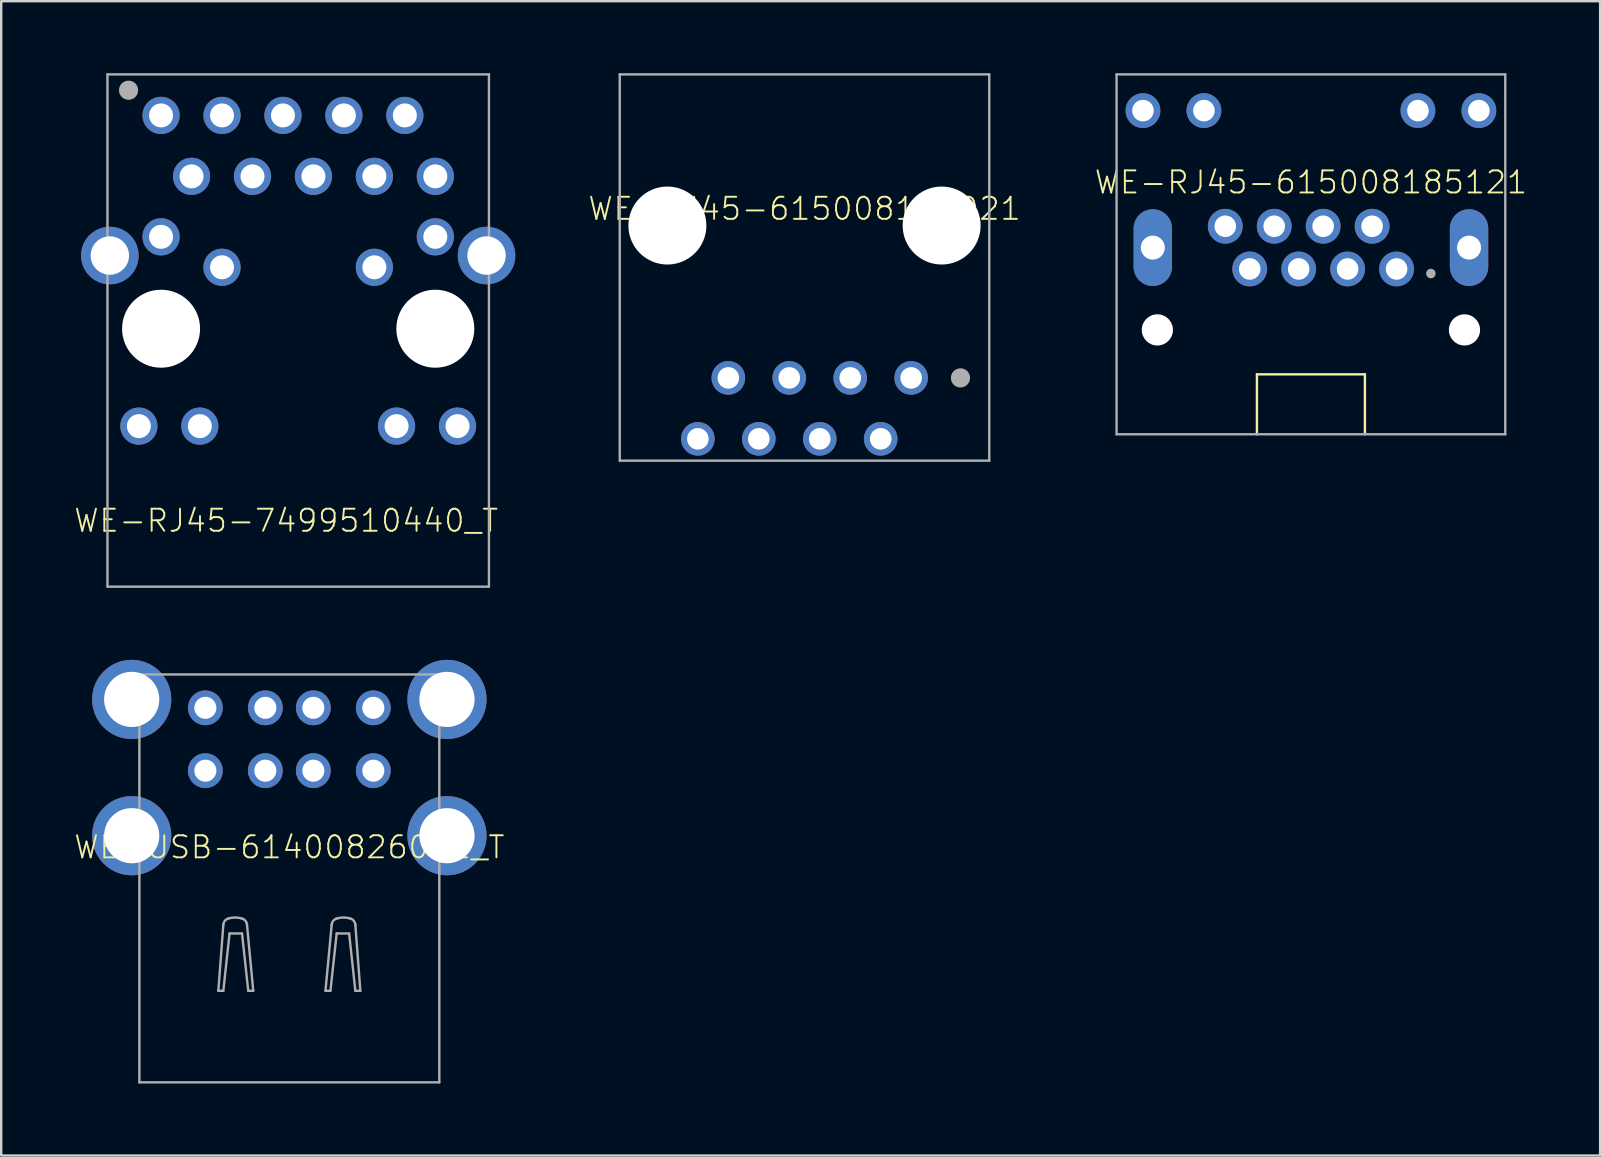
<source format=kicad_pcb>
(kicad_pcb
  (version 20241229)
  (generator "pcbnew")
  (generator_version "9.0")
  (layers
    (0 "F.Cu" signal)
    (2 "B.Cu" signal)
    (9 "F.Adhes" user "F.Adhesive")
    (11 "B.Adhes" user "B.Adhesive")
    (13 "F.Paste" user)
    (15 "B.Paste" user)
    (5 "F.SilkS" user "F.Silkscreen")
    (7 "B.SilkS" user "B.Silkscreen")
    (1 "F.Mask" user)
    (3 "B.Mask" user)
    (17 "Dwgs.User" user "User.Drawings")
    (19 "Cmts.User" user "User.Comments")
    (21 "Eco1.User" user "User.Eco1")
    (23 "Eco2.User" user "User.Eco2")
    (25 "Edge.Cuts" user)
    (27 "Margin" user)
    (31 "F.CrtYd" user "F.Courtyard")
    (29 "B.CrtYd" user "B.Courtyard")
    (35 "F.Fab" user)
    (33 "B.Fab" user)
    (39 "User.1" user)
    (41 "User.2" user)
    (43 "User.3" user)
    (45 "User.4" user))
  (footprint "WE-USB-61400826021_T"
    (layer "F.Cu")
    (at 9.009 27.76)
    (property "Reference" "WE-USB-61400826021_T" (at 0 4.5 0) (unlocked yes) (layer "F.SilkS") (effects (font (size 0.92 0.92) (thickness 0.08))))
    (fp_line (start -6.25 -2.7) (end -6.25 14.3) (stroke (width 0.1) (type solid)) (layer "F.Fab"))
    (fp_line (start -6.25 14.3) (end 6.25 14.3) (stroke (width 0.1) (type solid)) (layer "F.Fab"))
    (fp_line (start -2.959 10.483) (end -2.751 7.731) (stroke (width 0.1) (type solid)) (layer "F.Fab"))
    (fp_line (start -2.751 10.483) (end -2.959 10.483) (stroke (width 0.1) (type solid)) (layer "F.Fab"))
    (fp_line (start -2.492 8.095) (end -2.751 10.483) (stroke (width 0.1) (type solid)) (layer "F.Fab"))
    (fp_line (start -1.972 8.095) (end -2.492 8.095) (stroke (width 0.1) (type solid)) (layer "F.Fab"))
    (fp_line (start -1.765 7.731) (end -1.505 10.483) (stroke (width 0.1) (type solid)) (layer "F.Fab"))
    (fp_line (start -1.713 10.483) (end -1.972 8.095) (stroke (width 0.1) (type solid)) (layer "F.Fab"))
    (fp_line (start -1.505 10.483) (end -1.713 10.483) (stroke (width 0.1) (type solid)) (layer "F.Fab"))
    (fp_line (start 1.506 10.483) (end 1.713 10.483) (stroke (width 0.1) (type solid)) (layer "F.Fab"))
    (fp_line (start 1.713 10.483) (end 1.973 8.095) (stroke (width 0.1) (type solid)) (layer "F.Fab"))
    (fp_line (start 1.765 7.731) (end 1.506 10.483) (stroke (width 0.1) (type solid)) (layer "F.Fab"))
    (fp_line (start 1.973 8.095) (end 2.492 8.095) (stroke (width 0.1) (type solid)) (layer "F.Fab"))
    (fp_line (start 2.492 8.095) (end 2.751 10.483) (stroke (width 0.1) (type solid)) (layer "F.Fab"))
    (fp_line (start 2.751 10.483) (end 2.959 10.483) (stroke (width 0.1) (type solid)) (layer "F.Fab"))
    (fp_line (start 2.959 10.483) (end 2.751 7.731) (stroke (width 0.1) (type solid)) (layer "F.Fab"))
    (fp_line (start 6.25 -2.7) (end -6.25 -2.7) (stroke (width 0.1) (type solid)) (layer "F.Fab"))
    (fp_line (start 6.25 14.3) (end 6.25 -2.7) (stroke (width 0.1) (type solid)) (layer "F.Fab"))
    (fp_arc (start -2.7512 7.7315) (mid -2.687459 7.569703) (end -2.543601 7.471999) (stroke (width 0.1) (type solid)) (layer "F.Fab"))
    (fp_arc (start -2.5436 7.472) (mid -2.25805 7.429197) (end -1.972501 7.472) (stroke (width 0.1) (type solid)) (layer "F.Fab"))
    (fp_arc (start -1.9725 7.472) (mid -1.828642 7.569702) (end -1.7649 7.731498) (stroke (width 0.1) (type solid)) (layer "F.Fab"))
    (fp_arc (start 1.7651 7.731498) (mid 1.828841 7.569702) (end 1.9727 7.472) (stroke (width 0.1) (type solid)) (layer "F.Fab"))
    (fp_arc (start 1.972701 7.472) (mid 2.25825 7.429198) (end 2.5438 7.472) (stroke (width 0.1) (type solid)) (layer "F.Fab"))
    (fp_arc (start 2.543801 7.471999) (mid 2.68766 7.569703) (end 2.7514 7.7315) (stroke (width 0.1) (type solid)) (layer "F.Fab"))
    (pad "1" thru_hole circle (at -3.5 -1.31) (size 1.45 1.45) (drill 0.92) (layers "*.Cu" "*.Mask"))
    (pad "2" thru_hole circle (at -1 -1.31) (size 1.45 1.45) (drill 0.92) (layers "*.Cu" "*.Mask"))
    (pad "3" thru_hole circle (at 1 -1.31) (size 1.45 1.45) (drill 0.92) (layers "*.Cu" "*.Mask"))
    (pad "4" thru_hole circle (at 3.5 -1.31) (size 1.45 1.45) (drill 0.92) (layers "*.Cu" "*.Mask"))
    (pad "5" thru_hole circle (at -3.5 1.31) (size 1.45 1.45) (drill 0.92) (layers "*.Cu" "*.Mask"))
    (pad "6" thru_hole circle (at -1 1.31) (size 1.45 1.45) (drill 0.92) (layers "*.Cu" "*.Mask"))
    (pad "7" thru_hole circle (at 1 1.31) (size 1.45 1.45) (drill 0.92) (layers "*.Cu" "*.Mask"))
    (pad "8" thru_hole circle (at 3.5 1.31) (size 1.45 1.45) (drill 0.92) (layers "*.Cu" "*.Mask"))
    (pad "S1" thru_hole circle (at -6.57 -1.66) (size 3.3 3.3) (drill 2.3) (layers "*.Cu" "*.Mask"))
    (pad "S2" thru_hole circle (at 6.57 -1.66) (size 3.3 3.3) (drill 2.3) (layers "*.Cu" "*.Mask"))
    (pad "S3" thru_hole circle (at -6.57 4.02) (size 3.3 3.3) (drill 2.3) (layers "*.Cu" "*.Mask"))
    (pad "S4" thru_hole circle (at 6.57 4.02) (size 3.3 3.3) (drill 2.3) (layers "*.Cu" "*.Mask")))
  (footprint "WE-RJ45-615008185121"
    (layer "F.Cu")
    (at 51.586 7.55)
    (property "Reference" "WE-RJ45-615008185121" (at 0 -3 0) (unlocked yes) (layer "F.SilkS") (effects (font (size 0.92 0.92) (thickness 0.08))))
    (fp_line (start -2.25 5) (end 2.25 5) (stroke (width 0.1) (type solid)) (layer "F.SilkS"))
    (fp_line (start -2.25 7.5) (end -2.25 5) (stroke (width 0.1) (type solid)) (layer "F.SilkS"))
    (fp_line (start 2.25 5) (end 2.25 7.5) (stroke (width 0.1) (type solid)) (layer "F.SilkS"))
    (fp_line (start -8.1 -7.5) (end 8.1 -7.5) (stroke (width 0.1) (type solid)) (layer "F.Fab"))
    (fp_line (start -8.1 7.5) (end -8.1 -7.5) (stroke (width 0.1) (type solid)) (layer "F.Fab"))
    (fp_line (start 8.1 -7.5) (end 8.1 7.5) (stroke (width 0.1) (type solid)) (layer "F.Fab"))
    (fp_line (start 8.1 7.5) (end -8.1 7.5) (stroke (width 0.1) (type solid)) (layer "F.Fab"))
    (fp_circle (center 5 0.8) (end 5.1 0.8) (stroke (width 0.2) (type solid)) (fill no) (layer "F.Fab"))
    (pad "" np_thru_hole circle (at -6.4 3.15) (size 1.3 1.3) (drill 1.3) (layers "*.Cu" "*.Mask"))
    (pad "" np_thru_hole circle (at 6.4 3.15) (size 1.3 1.3) (drill 1.3) (layers "*.Cu" "*.Mask"))
    (pad "1" thru_hole circle (at 3.57 0.61) (size 1.45 1.45) (drill 0.9) (layers "*.Cu" "*.Mask"))
    (pad "2" thru_hole circle (at 2.55 -1.17) (size 1.45 1.45) (drill 0.9) (layers "*.Cu" "*.Mask"))
    (pad "3" thru_hole circle (at 1.53 0.61) (size 1.45 1.45) (drill 0.9) (layers "*.Cu" "*.Mask"))
    (pad "4" thru_hole circle (at 0.51 -1.17) (size 1.45 1.45) (drill 0.9) (layers "*.Cu" "*.Mask"))
    (pad "5" thru_hole circle (at -0.51 0.61) (size 1.45 1.45) (drill 0.9) (layers "*.Cu" "*.Mask"))
    (pad "6" thru_hole circle (at -1.53 -1.17) (size 1.45 1.45) (drill 0.9) (layers "*.Cu" "*.Mask"))
    (pad "7" thru_hole circle (at -2.55 0.61) (size 1.45 1.45) (drill 0.9) (layers "*.Cu" "*.Mask"))
    (pad "8" thru_hole circle (at -3.57 -1.17) (size 1.45 1.45) (drill 0.9) (layers "*.Cu" "*.Mask"))
    (pad "9" thru_hole circle (at 7 -5.99) (size 1.45 1.45) (drill 0.9) (layers "*.Cu" "*.Mask"))
    (pad "10" thru_hole circle (at 4.46 -5.99) (size 1.45 1.45) (drill 0.9) (layers "*.Cu" "*.Mask"))
    (pad "11" thru_hole circle (at -4.46 -5.99) (size 1.45 1.45) (drill 0.9) (layers "*.Cu" "*.Mask"))
    (pad "12" thru_hole circle (at -7 -5.99) (size 1.45 1.45) (drill 0.9) (layers "*.Cu" "*.Mask"))
    (pad "S1" thru_hole oval (at -6.59 -0.28 90) (size 3.2 1.6) (drill 1) (layers "*.Cu" "*.Mask"))
    (pad "S2" thru_hole oval (at 6.59 -0.28 90) (size 3.2 1.6) (drill 1) (layers "*.Cu" "*.Mask")))
  (footprint "WE-RJ45-615008138021"
    (layer "F.Cu")
    (at 30.48 6.35)
    (property "Reference" "WE-RJ45-615008138021" (at 0 -0.7 0) (unlocked yes) (layer "F.SilkS") (effects (font (size 0.92 0.92) (thickness 0.08))))
    (fp_line (start -7.7 -6.3) (end 7.7 -6.3) (stroke (width 0.1) (type solid)) (layer "F.Fab"))
    (fp_line (start -7.7 9.8) (end -7.7 -6.3) (stroke (width 0.1) (type solid)) (layer "F.Fab"))
    (fp_line (start 7.7 -6.3) (end 7.7 9.8) (stroke (width 0.1) (type solid)) (layer "F.Fab"))
    (fp_line (start 7.7 9.8) (end -7.7 9.8) (stroke (width 0.1) (type solid)) (layer "F.Fab"))
    (fp_circle (center 6.5 6.35) (end 6.7 6.35) (stroke (width 0.4) (type solid)) (fill no) (layer "F.Fab"))
    (pad "" np_thru_hole circle (at -5.715 0) (size 3.25 3.25) (drill 3.25) (layers "*.Cu" "*.Mask"))
    (pad "" np_thru_hole circle (at 5.715 0) (size 3.25 3.25) (drill 3.25) (layers "*.Cu" "*.Mask"))
    (pad "1" thru_hole circle (at 4.445 6.35 180) (size 1.4 1.4) (drill 0.9) (layers "*.Cu" "*.Mask"))
    (pad "2" thru_hole circle (at 3.175 8.89 180) (size 1.4 1.4) (drill 0.9) (layers "*.Cu" "*.Mask"))
    (pad "3" thru_hole circle (at 1.905 6.35 180) (size 1.4 1.4) (drill 0.9) (layers "*.Cu" "*.Mask"))
    (pad "4" thru_hole circle (at 0.635 8.89 180) (size 1.4 1.4) (drill 0.9) (layers "*.Cu" "*.Mask"))
    (pad "5" thru_hole circle (at -0.635 6.35 180) (size 1.4 1.4) (drill 0.9) (layers "*.Cu" "*.Mask"))
    (pad "6" thru_hole circle (at -1.905 8.89 180) (size 1.4 1.4) (drill 0.9) (layers "*.Cu" "*.Mask"))
    (pad "7" thru_hole circle (at -3.175 6.35 180) (size 1.4 1.4) (drill 0.9) (layers "*.Cu" "*.Mask"))
    (pad "8" thru_hole circle (at -4.445 8.89 180) (size 1.4 1.4) (drill 0.9) (layers "*.Cu" "*.Mask")))
  (footprint "WE-RJ45-7499510440_T"
    (layer "F.Cu")
    (at 9.378 10.65)
    (property "Reference" "WE-RJ45-7499510440_T" (at -0.5 8 0) (unlocked yes) (layer "F.SilkS") (effects (font (size 0.92 0.92) (thickness 0.08))))
    (fp_line (start -7.95 -10.6) (end 7.95 -10.6) (stroke (width 0.1) (type solid)) (layer "F.Fab"))
    (fp_line (start -7.95 10.75) (end -7.95 -10.6) (stroke (width 0.1) (type solid)) (layer "F.Fab"))
    (fp_line (start 7.95 -10.6) (end 7.95 10.75) (stroke (width 0.1) (type solid)) (layer "F.Fab"))
    (fp_line (start 7.95 10.75) (end -7.95 10.75) (stroke (width 0.1) (type solid)) (layer "F.Fab"))
    (fp_circle (center -7.07 -9.94) (end -6.87 -9.94) (stroke (width 0.4) (type solid)) (fill no) (layer "F.Fab"))
    (pad "" np_thru_hole circle (at -5.715 0) (size 3.25 3.25) (drill 3.25) (layers "*.Cu" "*.Mask"))
    (pad "" np_thru_hole circle (at 5.715 0) (size 3.25 3.25) (drill 3.25) (layers "*.Cu" "*.Mask"))
    (pad "1" thru_hole circle (at -5.715 -8.89) (size 1.55 1.55) (drill 1) (layers "*.Cu" "*.Mask"))
    (pad "2" thru_hole circle (at -4.445 -6.35) (size 1.55 1.55) (drill 1) (layers "*.Cu" "*.Mask"))
    (pad "3" thru_hole circle (at -3.175 -8.89) (size 1.55 1.55) (drill 1) (layers "*.Cu" "*.Mask"))
    (pad "4" thru_hole circle (at -1.905 -6.35) (size 1.55 1.55) (drill 1) (layers "*.Cu" "*.Mask"))
    (pad "5" thru_hole circle (at -0.635 -8.89) (size 1.55 1.55) (drill 1) (layers "*.Cu" "*.Mask"))
    (pad "6" thru_hole circle (at 0.635 -6.35) (size 1.55 1.55) (drill 1) (layers "*.Cu" "*.Mask"))
    (pad "7" thru_hole circle (at 1.905 -8.89) (size 1.55 1.55) (drill 1) (layers "*.Cu" "*.Mask"))
    (pad "8" thru_hole circle (at 3.175 -6.35) (size 1.55 1.55) (drill 1) (layers "*.Cu" "*.Mask"))
    (pad "9" thru_hole circle (at 4.445 -8.89) (size 1.55 1.55) (drill 1) (layers "*.Cu" "*.Mask"))
    (pad "10" thru_hole circle (at 5.715 -6.35) (size 1.55 1.55) (drill 1) (layers "*.Cu" "*.Mask"))
    (pad "11" thru_hole circle (at -5.715 -3.83) (size 1.55 1.55) (drill 1) (layers "*.Cu" "*.Mask"))
    (pad "12" thru_hole circle (at -3.175 -2.56) (size 1.55 1.55) (drill 1) (layers "*.Cu" "*.Mask"))
    (pad "13" thru_hole circle (at 3.175 -2.56) (size 1.55 1.55) (drill 1) (layers "*.Cu" "*.Mask"))
    (pad "14" thru_hole circle (at 5.715 -3.83) (size 1.55 1.55) (drill 1) (layers "*.Cu" "*.Mask"))
    (pad "15" thru_hole circle (at -6.64 4.06) (size 1.55 1.55) (drill 1) (layers "*.Cu" "*.Mask"))
    (pad "16" thru_hole circle (at -4.1 4.06) (size 1.55 1.55) (drill 1) (layers "*.Cu" "*.Mask"))
    (pad "17" thru_hole circle (at 4.1 4.06) (size 1.55 1.55) (drill 1) (layers "*.Cu" "*.Mask"))
    (pad "18" thru_hole circle (at 6.64 4.06) (size 1.55 1.55) (drill 1) (layers "*.Cu" "*.Mask"))
    (pad "S1" thru_hole circle (at -7.85 -3.05) (size 2.4 2.4) (drill 1.6) (layers "*.Cu" "*.Mask"))
    (pad "S2" thru_hole circle (at 7.85 -3.05) (size 2.4 2.4) (drill 1.6) (layers "*.Cu" "*.Mask")))
  (gr_rect
    (start -3 -3)
    (end 63.639 45.11)
    (stroke (width 0.1) (type default))
    (fill no)
    (layer "Edge.Cuts")))
</source>
